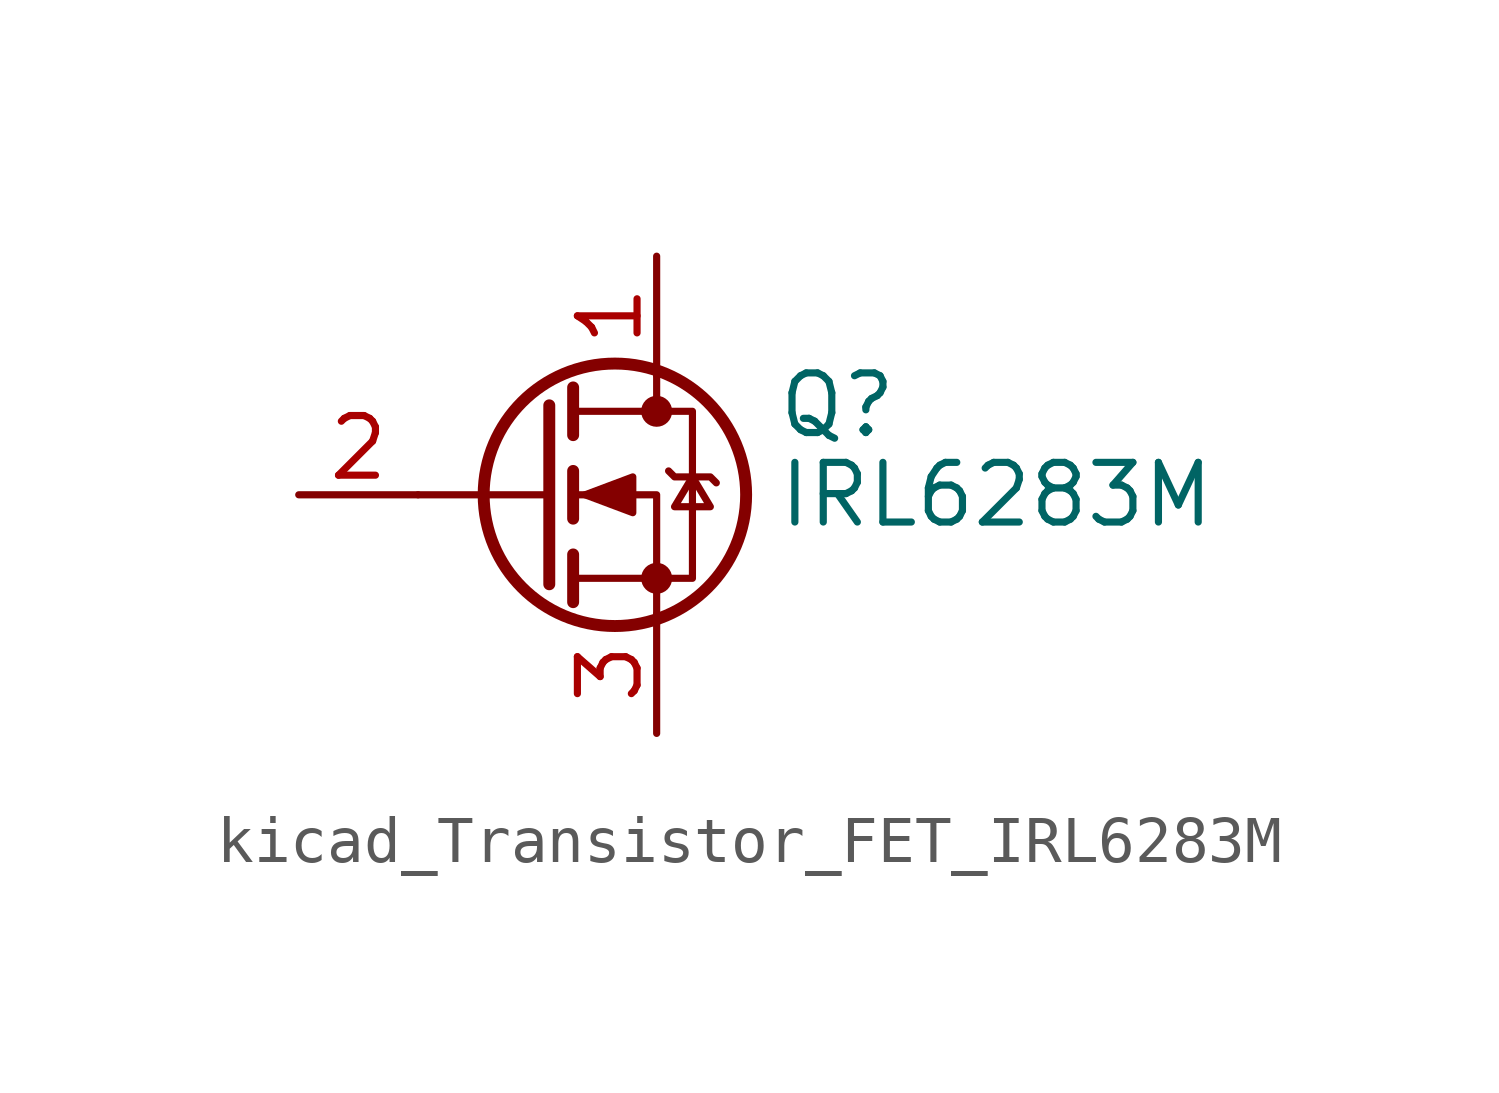
<source format=kicad_sym>
(kicad_symbol_lib
  (version 20220914)
  (generator kicad_symbol_editor)
  (symbol "kicad_Transistor_FET_IRL6283M"
    (pin_names hide)
    (property "Reference" "Q"
      (at 5.08 1.905 0)
      (effects (font (size 1.27 1.27)) (justify left)))
    (property "Value" "IRL6283M"
      (at 5.08 0 0)
      (effects (font (size 1.27 1.27)) (justify left)))
    (symbol "kicad_Transistor_FET_IRL6283M_0_1"
      (polyline (pts (xy 0.254 0) (xy -2.54 0)) (stroke (width 0) (type default)) (fill (type none)))
      (polyline (pts (xy 0.254 1.905) (xy 0.254 -1.905)) (stroke (width 0.254) (type default)) (fill (type none)))
      (polyline (pts (xy 0.762 -1.27) (xy 0.762 -2.286)) (stroke (width 0.254) (type default)) (fill (type none)))
      (polyline (pts (xy 0.762 0.508) (xy 0.762 -0.508)) (stroke (width 0.254) (type default)) (fill (type none)))
      (polyline (pts (xy 0.762 2.286) (xy 0.762 1.27)) (stroke (width 0.254) (type default)) (fill (type none)))
      (polyline (pts (xy 2.54 2.54) (xy 2.54 1.778)) (stroke (width 0) (type default)) (fill (type none)))
      (polyline (pts (xy 2.54 -2.54) (xy 2.54 0) (xy 0.762 0)) (stroke (width 0) (type default)) (fill (type none)))
      (polyline (pts (xy 0.762 -1.778) (xy 3.302 -1.778) (xy 3.302 1.778) (xy 0.762 1.778)) (stroke (width 0) (type default)) (fill (type none)))
      (polyline (pts (xy 1.016 0) (xy 2.032 0.381) (xy 2.032 -0.381) (xy 1.016 0)) (stroke (width 0) (type default)) (fill (type outline)))
      (polyline (pts (xy 2.794 0.508) (xy 2.921 0.381) (xy 3.683 0.381) (xy 3.81 0.254)) (stroke (width 0) (type default)) (fill (type none)))
      (polyline (pts (xy 3.302 0.381) (xy 2.921 -0.254) (xy 3.683 -0.254) (xy 3.302 0.381)) (stroke (width 0) (type default)) (fill (type none)))
      (circle (center 1.651 0) (radius 2.794) (stroke (width 0.254) (type default)) (fill (type none)))
      (circle (center 2.54 -1.778) (radius 0.254) (stroke (width 0) (type default)) (fill (type outline)))
      (circle (center 2.54 1.778) (radius 0.254) (stroke (width 0) (type default)) (fill (type outline))))
    (symbol "kicad_Transistor_FET_IRL6283M_1_1"
      (pin passive line (at 2.54 5.08 270) (length 2.54) (name "D" (effects (font (size 1.27 1.27)))) (number "1" (effects (font (size 1.27 1.27)))))
      (pin input line (at -5.08 0 0) (length 2.54) (name "G" (effects (font (size 1.27 1.27)))) (number "2" (effects (font (size 1.27 1.27)))))
      (pin passive line (at 2.54 -5.08 90) (length 2.54) (name "S" (effects (font (size 1.27 1.27)))) (number "3" (effects (font (size 1.27 1.27))))))))
</source>
